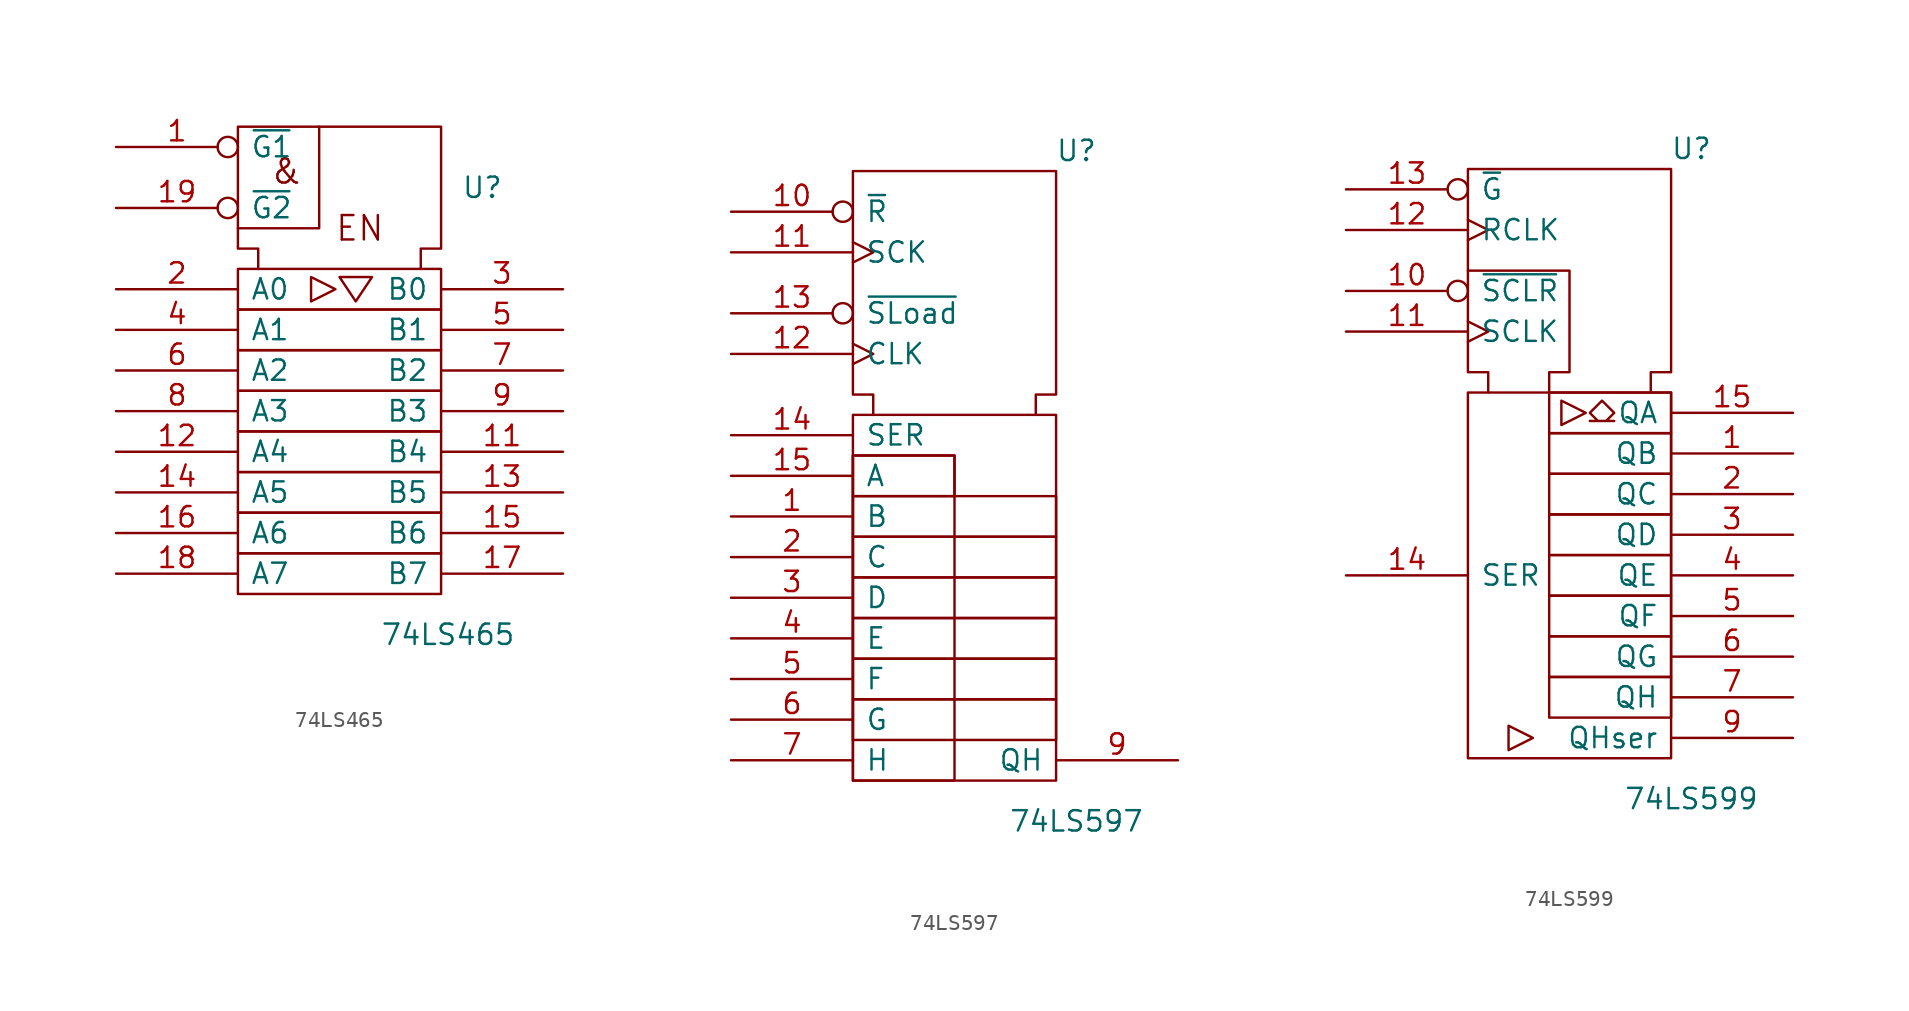
<source format=kicad_sym>
(kicad_symbol_lib
  (version 20201005)
  (generator kicad_symbol_editor)
  (symbol "74xx_IEEE:74LS465"
    (pin_names
      (offset 0.762))
    (property "Reference" "U"
      (at 7.62 12.7 0)
      (effects (font (size 1.27 1.27)) (justify left)))
    (property "Value" "74LS465"
      (at 2.54 -15.24 0)
      (effects (font (size 1.27 1.27)) (justify left)))
    (symbol "74LS465_0_0"
      (text "&" (at -3.302 13.716 0) (effects (font (size 1.524 1.524))))
      (text "EN" (at 1.27 10.16 0) (effects (font (size 1.524 1.524))))
      (polyline (pts (xy -1.27 16.51) (xy -1.27 10.16) (xy -6.35 10.16) (xy -6.35 10.16)) (stroke (width 0)) (fill (type none)))
      (polyline (pts (xy -1.778 7.112) (xy -1.778 5.588) (xy -0.254 6.35) (xy -1.778 7.112) (xy -1.778 7.112)) (stroke (width 0)) (fill (type none)))
      (polyline (pts (xy 0 7.112) (xy 2.032 7.112) (xy 1.016 5.588) (xy 0 7.112) (xy 0 7.112)) (stroke (width 0)) (fill (type none)))
      (pin power_in line (at 1.27 16.51 270) (length 0) hide (name "GND" (effects (font (size 1.27 1.27)))) (number "10" (effects (font (size 1.27 1.27)))))
      (pin power_in line (at 5.08 16.51 270) (length 0) hide (name "VCC" (effects (font (size 1.27 1.27)))) (number "20" (effects (font (size 1.27 1.27))))))
    (symbol "74LS465_0_1"
      (rectangle (start -6.35 -10.16) (end 6.35 -12.7) (stroke (width 0)) (fill (type none)))
      (rectangle (start -6.35 -7.62) (end 6.35 -10.16) (stroke (width 0)) (fill (type none)))
      (rectangle (start -6.35 -5.08) (end 6.35 -7.62) (stroke (width 0)) (fill (type none)))
      (rectangle (start -6.35 -2.54) (end 6.35 -5.08) (stroke (width 0)) (fill (type none)))
      (rectangle (start -6.35 0) (end 6.35 -2.54) (stroke (width 0)) (fill (type none)))
      (rectangle (start -6.35 2.54) (end 6.35 0) (stroke (width 0)) (fill (type none)))
      (rectangle (start -6.35 5.08) (end 6.35 2.54) (stroke (width 0)) (fill (type none)))
      (rectangle (start -6.35 7.62) (end 6.35 5.08) (stroke (width 0)) (fill (type none)))
      (polyline (pts (xy -5.08 7.62) (xy -5.08 8.89) (xy -6.35 8.89) (xy -6.35 16.51) (xy 6.35 16.51) (xy 6.35 8.89) (xy 5.08 8.89) (xy 5.08 7.62) (xy 5.08 7.62)) (stroke (width 0)) (fill (type none))))
    (symbol "74LS465_1_1"
      (pin input inverted (at -13.97 15.24 0) (length 7.62) (name "~G1" (effects (font (size 1.27 1.27)))) (number "1" (effects (font (size 1.27 1.27)))))
      (pin tri_state line (at 13.97 -3.81 180) (length 7.62) (name "B4" (effects (font (size 1.27 1.27)))) (number "11" (effects (font (size 1.27 1.27)))))
      (pin tri_state line (at -13.97 -3.81 0) (length 7.62) (name "A4" (effects (font (size 1.27 1.27)))) (number "12" (effects (font (size 1.27 1.27)))))
      (pin tri_state line (at 13.97 -6.35 180) (length 7.62) (name "B5" (effects (font (size 1.27 1.27)))) (number "13" (effects (font (size 1.27 1.27)))))
      (pin tri_state line (at -13.97 -6.35 0) (length 7.62) (name "A5" (effects (font (size 1.27 1.27)))) (number "14" (effects (font (size 1.27 1.27)))))
      (pin tri_state line (at 13.97 -8.89 180) (length 7.62) (name "B6" (effects (font (size 1.27 1.27)))) (number "15" (effects (font (size 1.27 1.27)))))
      (pin tri_state line (at -13.97 -8.89 0) (length 7.62) (name "A6" (effects (font (size 1.27 1.27)))) (number "16" (effects (font (size 1.27 1.27)))))
      (pin tri_state line (at 13.97 -11.43 180) (length 7.62) (name "B7" (effects (font (size 1.27 1.27)))) (number "17" (effects (font (size 1.27 1.27)))))
      (pin tri_state line (at -13.97 -11.43 0) (length 7.62) (name "A7" (effects (font (size 1.27 1.27)))) (number "18" (effects (font (size 1.27 1.27)))))
      (pin input inverted (at -13.97 11.43 0) (length 7.62) (name "~G2" (effects (font (size 1.27 1.27)))) (number "19" (effects (font (size 1.27 1.27)))))
      (pin tri_state line (at -13.97 6.35 0) (length 7.62) (name "A0" (effects (font (size 1.27 1.27)))) (number "2" (effects (font (size 1.27 1.27)))))
      (pin tri_state line (at 13.97 6.35 180) (length 7.62) (name "B0" (effects (font (size 1.27 1.27)))) (number "3" (effects (font (size 1.27 1.27)))))
      (pin tri_state line (at -13.97 3.81 0) (length 7.62) (name "A1" (effects (font (size 1.27 1.27)))) (number "4" (effects (font (size 1.27 1.27)))))
      (pin tri_state line (at 13.97 3.81 180) (length 7.62) (name "B1" (effects (font (size 1.27 1.27)))) (number "5" (effects (font (size 1.27 1.27)))))
      (pin tri_state line (at -13.97 1.27 0) (length 7.62) (name "A2" (effects (font (size 1.27 1.27)))) (number "6" (effects (font (size 1.27 1.27)))))
      (pin tri_state line (at 13.97 1.27 180) (length 7.62) (name "B2" (effects (font (size 1.27 1.27)))) (number "7" (effects (font (size 1.27 1.27)))))
      (pin tri_state line (at -13.97 -1.27 0) (length 7.62) (name "A3" (effects (font (size 1.27 1.27)))) (number "8" (effects (font (size 1.27 1.27)))))
      (pin tri_state line (at 13.97 -1.27 180) (length 7.62) (name "B3" (effects (font (size 1.27 1.27)))) (number "9" (effects (font (size 1.27 1.27)))))))
  (symbol "74xx_IEEE:74LS597"
    (pin_names
      (offset 0.762))
    (property "Reference" "U"
      (at 7.62 21.59 0)
      (effects (font (size 1.27 1.27))))
    (property "Value" "74LS597"
      (at 7.62 -20.32 0)
      (effects (font (size 1.27 1.27))))
    (symbol "74LS597_0_0"
      (rectangle (start -6.35 -15.24) (end -6.35 -15.24) (stroke (width 0)) (fill (type none)))
      (rectangle (start -6.35 -12.7) (end 6.35 -15.24) (stroke (width 0)) (fill (type none)))
      (rectangle (start -6.35 -10.16) (end 6.35 -12.7) (stroke (width 0)) (fill (type none)))
      (rectangle (start -6.35 -7.62) (end 6.35 -10.16) (stroke (width 0)) (fill (type none)))
      (rectangle (start -6.35 -5.08) (end 6.35 -7.62) (stroke (width 0)) (fill (type none)))
      (rectangle (start -6.35 -2.54) (end 6.35 -5.08) (stroke (width 0)) (fill (type none)))
      (rectangle (start -6.35 0) (end 6.35 -2.54) (stroke (width 0)) (fill (type none)))
      (rectangle (start -6.35 2.54) (end 0 -17.78) (stroke (width 0)) (fill (type none)))
      (rectangle (start -6.35 2.54) (end 0 0) (stroke (width 0)) (fill (type none)))
      (rectangle (start -6.35 5.08) (end 6.35 -17.78) (stroke (width 0)) (fill (type none)))
      (polyline (pts (xy -5.08 5.08) (xy -5.08 6.35) (xy -6.35 6.35) (xy -6.35 20.32) (xy 6.35 20.32) (xy 6.35 6.35) (xy 5.08 6.35) (xy 5.08 5.08) (xy 5.08 5.08)) (stroke (width 0)) (fill (type none))))
    (symbol "74LS597_0_1"
      (pin power_in line (at 0 20.32 270) (length 0) hide (name "GND" (effects (font (size 1.27 1.27)))) (number "8" (effects (font (size 1.27 1.27))))))
    (symbol "74LS597_1_1"
      (pin input line (at -13.97 -1.27 0) (length 7.62) (name "B" (effects (font (size 1.27 1.27)))) (number "1" (effects (font (size 1.27 1.27)))))
      (pin input inverted (at -13.97 17.78 0) (length 7.62) (name "~R" (effects (font (size 1.27 1.27)))) (number "10" (effects (font (size 1.27 1.27)))))
      (pin input clock (at -13.97 15.24 0) (length 7.62) (name "SCK" (effects (font (size 1.27 1.27)))) (number "11" (effects (font (size 1.27 1.27)))))
      (pin input clock (at -13.97 8.89 0) (length 7.62) (name "CLK" (effects (font (size 1.27 1.27)))) (number "12" (effects (font (size 1.27 1.27)))))
      (pin input inverted (at -13.97 11.43 0) (length 7.62) (name "~SLoad" (effects (font (size 1.27 1.27)))) (number "13" (effects (font (size 1.27 1.27)))))
      (pin input line (at -13.97 3.81 0) (length 7.62) (name "SER" (effects (font (size 1.27 1.27)))) (number "14" (effects (font (size 1.27 1.27)))))
      (pin input line (at -13.97 1.27 0) (length 7.62) (name "A" (effects (font (size 1.27 1.27)))) (number "15" (effects (font (size 1.27 1.27)))))
      (pin power_in line (at 3.81 20.32 270) (length 0) hide (name "VCC" (effects (font (size 1.27 1.27)))) (number "16" (effects (font (size 1.27 1.27)))))
      (pin input line (at -13.97 -3.81 0) (length 7.62) (name "C" (effects (font (size 1.27 1.27)))) (number "2" (effects (font (size 1.27 1.27)))))
      (pin input line (at -13.97 -6.35 0) (length 7.62) (name "D" (effects (font (size 1.27 1.27)))) (number "3" (effects (font (size 1.27 1.27)))))
      (pin input line (at -13.97 -8.89 0) (length 7.62) (name "E" (effects (font (size 1.27 1.27)))) (number "4" (effects (font (size 1.27 1.27)))))
      (pin input line (at -13.97 -11.43 0) (length 7.62) (name "F" (effects (font (size 1.27 1.27)))) (number "5" (effects (font (size 1.27 1.27)))))
      (pin input line (at -13.97 -13.97 0) (length 7.62) (name "G" (effects (font (size 1.27 1.27)))) (number "6" (effects (font (size 1.27 1.27)))))
      (pin input line (at -13.97 -16.51 0) (length 7.62) (name "H" (effects (font (size 1.27 1.27)))) (number "7" (effects (font (size 1.27 1.27)))))
      (pin tri_state line (at 13.97 -16.51 180) (length 7.62) (name "QH" (effects (font (size 1.27 1.27)))) (number "9" (effects (font (size 1.27 1.27)))))))
  (symbol "74xx_IEEE:74LS599"
    (pin_names
      (offset 0.762))
    (property "Reference" "U"
      (at 7.62 20.32 0)
      (effects (font (size 1.27 1.27))))
    (property "Value" "74LS599"
      (at 7.62 -20.32 0)
      (effects (font (size 1.27 1.27))))
    (symbol "74LS599_0_0"
      (rectangle (start -6.35 5.08) (end 6.35 -17.78) (stroke (width 0)) (fill (type none)))
      (polyline (pts (xy -2.286 -16.51) (xy -3.81 -15.748) (xy -3.81 -17.272) (xy -2.286 -16.51) (xy -2.286 -16.51)) (stroke (width 0)) (fill (type none)))
      (polyline (pts (xy -0.508 4.572) (xy -0.508 3.048) (xy 1.016 3.81) (xy -0.508 4.572) (xy -0.508 4.572)) (stroke (width 0)) (fill (type none)))
      (polyline (pts (xy -6.35 12.7) (xy 0 12.7) (xy 0 6.35) (xy -1.27 6.35) (xy -1.27 5.08) (xy -1.27 5.08)) (stroke (width 0)) (fill (type none)))
      (polyline (pts (xy 2.794 3.302) (xy 1.27 3.302) (xy 1.778 3.302) (xy 1.27 3.81) (xy 2.032 4.572) (xy 2.794 3.81) (xy 2.286 3.302) (xy 2.286 3.302)) (stroke (width 0)) (fill (type none)))
      (polyline (pts (xy -5.08 5.08) (xy -5.08 6.35) (xy -6.35 6.35) (xy -6.35 19.05) (xy 6.35 19.05) (xy 6.35 6.35) (xy 5.08 6.35) (xy 5.08 5.08) (xy 5.08 5.08)) (stroke (width 0)) (fill (type none))))
    (symbol "74LS599_0_1"
      (rectangle (start -1.27 -12.7) (end 6.35 -15.24) (stroke (width 0)) (fill (type none)))
      (rectangle (start -1.27 -10.16) (end 6.35 -12.7) (stroke (width 0)) (fill (type none)))
      (rectangle (start -1.27 -7.62) (end 6.35 -10.16) (stroke (width 0)) (fill (type none)))
      (rectangle (start -1.27 -5.08) (end 6.35 -7.62) (stroke (width 0)) (fill (type none)))
      (rectangle (start -1.27 -2.54) (end 6.35 -5.08) (stroke (width 0)) (fill (type none)))
      (rectangle (start -1.27 0) (end 6.35 -2.54) (stroke (width 0)) (fill (type none)))
      (rectangle (start -1.27 2.54) (end 6.35 0) (stroke (width 0)) (fill (type none)))
      (rectangle (start -1.27 5.08) (end 6.35 2.54) (stroke (width 0)) (fill (type none)))
      (pin power_in line (at 0 19.05 270) (length 0) hide (name "GND" (effects (font (size 1.27 1.27)))) (number "8" (effects (font (size 1.27 1.27))))))
    (symbol "74LS599_1_1"
      (pin tri_state line (at 13.97 1.27 180) (length 7.62) (name "QB" (effects (font (size 1.27 1.27)))) (number "1" (effects (font (size 1.27 1.27)))))
      (pin input inverted (at -13.97 11.43 0) (length 7.62) (name "~SCLR" (effects (font (size 1.27 1.27)))) (number "10" (effects (font (size 1.27 1.27)))))
      (pin input clock (at -13.97 8.89 0) (length 7.62) (name "SCLK" (effects (font (size 1.27 1.27)))) (number "11" (effects (font (size 1.27 1.27)))))
      (pin input clock (at -13.97 15.24 0) (length 7.62) (name "RCLK" (effects (font (size 1.27 1.27)))) (number "12" (effects (font (size 1.27 1.27)))))
      (pin input inverted (at -13.97 17.78 0) (length 7.62) (name "~G" (effects (font (size 1.27 1.27)))) (number "13" (effects (font (size 1.27 1.27)))))
      (pin input line (at -13.97 -6.35 0) (length 7.62) (name "SER" (effects (font (size 1.27 1.27)))) (number "14" (effects (font (size 1.27 1.27)))))
      (pin tri_state line (at 13.97 3.81 180) (length 7.62) (name "QA" (effects (font (size 1.27 1.27)))) (number "15" (effects (font (size 1.27 1.27)))))
      (pin power_in line (at 3.81 19.05 270) (length 0) hide (name "VCC" (effects (font (size 1.27 1.27)))) (number "16" (effects (font (size 1.27 1.27)))))
      (pin tri_state line (at 13.97 -1.27 180) (length 7.62) (name "QC" (effects (font (size 1.27 1.27)))) (number "2" (effects (font (size 1.27 1.27)))))
      (pin tri_state line (at 13.97 -3.81 180) (length 7.62) (name "QD" (effects (font (size 1.27 1.27)))) (number "3" (effects (font (size 1.27 1.27)))))
      (pin tri_state line (at 13.97 -6.35 180) (length 7.62) (name "QE" (effects (font (size 1.27 1.27)))) (number "4" (effects (font (size 1.27 1.27)))))
      (pin tri_state line (at 13.97 -8.89 180) (length 7.62) (name "QF" (effects (font (size 1.27 1.27)))) (number "5" (effects (font (size 1.27 1.27)))))
      (pin tri_state line (at 13.97 -11.43 180) (length 7.62) (name "QG" (effects (font (size 1.27 1.27)))) (number "6" (effects (font (size 1.27 1.27)))))
      (pin tri_state line (at 13.97 -13.97 180) (length 7.62) (name "QH" (effects (font (size 1.27 1.27)))) (number "7" (effects (font (size 1.27 1.27)))))
      (pin output line (at 13.97 -16.51 180) (length 7.62) (name "QHser" (effects (font (size 1.27 1.27)))) (number "9" (effects (font (size 1.27 1.27))))))))
</source>
